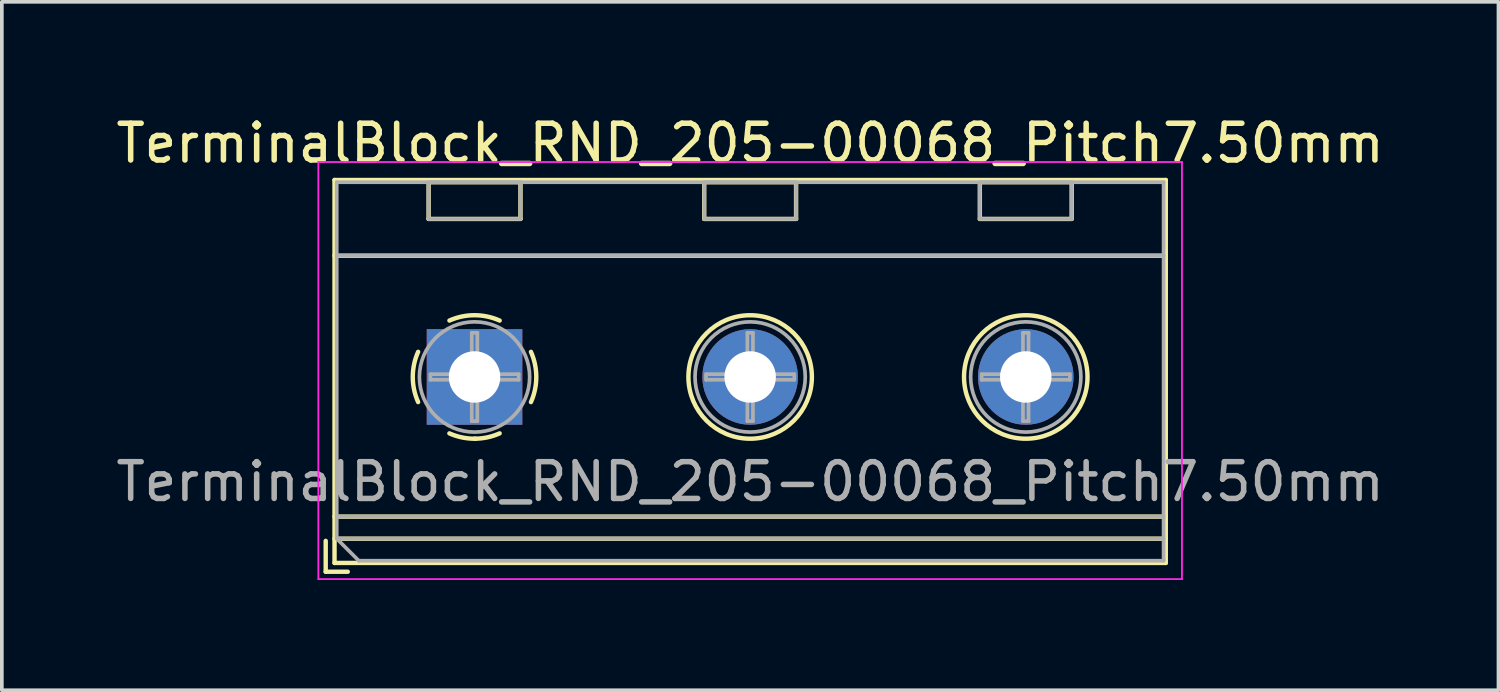
<source format=kicad_pcb>
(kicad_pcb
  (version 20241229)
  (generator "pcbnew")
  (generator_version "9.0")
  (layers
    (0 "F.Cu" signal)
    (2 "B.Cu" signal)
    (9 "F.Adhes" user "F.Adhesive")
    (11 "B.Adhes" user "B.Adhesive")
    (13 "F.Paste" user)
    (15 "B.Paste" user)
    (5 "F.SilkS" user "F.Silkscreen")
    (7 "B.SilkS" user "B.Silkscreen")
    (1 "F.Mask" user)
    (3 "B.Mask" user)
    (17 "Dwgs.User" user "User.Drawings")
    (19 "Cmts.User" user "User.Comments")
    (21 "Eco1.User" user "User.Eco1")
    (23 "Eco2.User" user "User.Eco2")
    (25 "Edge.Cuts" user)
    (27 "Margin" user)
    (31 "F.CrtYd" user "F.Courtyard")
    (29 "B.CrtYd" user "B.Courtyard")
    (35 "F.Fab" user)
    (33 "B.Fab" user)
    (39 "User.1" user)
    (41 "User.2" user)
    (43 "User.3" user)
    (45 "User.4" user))
  (footprint "TerminalBlock_RND_205-00068_Pitch7.50mm"
    (layer "F.Cu")
    (at 9.863 7.208)
    (property "Reference" "TerminalBlock_RND_205-00068_Pitch7.50mm" (at 7.5 -6.36 0) (layer "F.SilkS") (effects (font (size 1 1) (thickness 0.15))))
    (attr through_hole)
    (fp_line (start -4.05 4.46) (end -4.05 5.3) (stroke (width 0.12) (type solid)) (layer "F.SilkS"))
    (fp_line (start -4.05 5.3) (end -3.45 5.3) (stroke (width 0.12) (type solid)) (layer "F.SilkS"))
    (fp_line (start -3.81 -5.36) (end -3.81 5.06) (stroke (width 0.12) (type solid)) (layer "F.SilkS"))
    (fp_line (start -3.81 -3.3) (end 18.81 -3.3) (stroke (width 0.12) (type solid)) (layer "F.SilkS"))
    (fp_line (start -3.81 3.8) (end 18.81 3.8) (stroke (width 0.12) (type solid)) (layer "F.SilkS"))
    (fp_line (start -3.81 4.4) (end 18.81 4.4) (stroke (width 0.12) (type solid)) (layer "F.SilkS"))
    (fp_line (start -3.81 5.06) (end 18.81 5.06) (stroke (width 0.12) (type solid)) (layer "F.SilkS"))
    (fp_line (start -1.25 -5.301) (end -1.25 -4.301) (stroke (width 0.12) (type solid)) (layer "F.SilkS"))
    (fp_line (start -1.25 -5.301) (end 1.25 -5.301) (stroke (width 0.12) (type solid)) (layer "F.SilkS"))
    (fp_line (start -1.25 -4.301) (end 1.25 -4.301) (stroke (width 0.12) (type solid)) (layer "F.SilkS"))
    (fp_line (start 1.25 -5.301) (end 1.25 -4.301) (stroke (width 0.12) (type solid)) (layer "F.SilkS"))
    (fp_line (start 6.25 -5.301) (end 6.25 -4.301) (stroke (width 0.12) (type solid)) (layer "F.SilkS"))
    (fp_line (start 6.25 -5.301) (end 8.75 -5.301) (stroke (width 0.12) (type solid)) (layer "F.SilkS"))
    (fp_line (start 6.25 -4.301) (end 8.75 -4.301) (stroke (width 0.12) (type solid)) (layer "F.SilkS"))
    (fp_line (start 8.75 -5.301) (end 8.75 -4.301) (stroke (width 0.12) (type solid)) (layer "F.SilkS"))
    (fp_line (start 13.75 -5.301) (end 13.75 -4.301) (stroke (width 0.12) (type solid)) (layer "F.SilkS"))
    (fp_line (start 13.75 -5.301) (end 16.25 -5.301) (stroke (width 0.12) (type solid)) (layer "F.SilkS"))
    (fp_line (start 13.75 -4.301) (end 16.25 -4.301) (stroke (width 0.12) (type solid)) (layer "F.SilkS"))
    (fp_line (start 16.25 -5.301) (end 16.25 -4.301) (stroke (width 0.12) (type solid)) (layer "F.SilkS"))
    (fp_line (start 18.81 -5.36) (end -3.81 -5.36) (stroke (width 0.12) (type solid)) (layer "F.SilkS"))
    (fp_line (start 18.81 5.06) (end 18.81 -5.36) (stroke (width 0.12) (type solid)) (layer "F.SilkS"))
    (fp_arc (start -1.535427 0.683042) (mid -1.680501 -0.000524) (end -1.535 -0.684) (stroke (width 0.12) (type solid)) (layer "F.SilkS"))
    (fp_arc (start -0.683042 -1.535427) (mid 0.000524 -1.680501) (end 0.684 -1.535) (stroke (width 0.12) (type solid)) (layer "F.SilkS"))
    (fp_arc (start 0.028805 1.680253) (mid -0.335551 1.646659) (end -0.684 1.535) (stroke (width 0.12) (type solid)) (layer "F.SilkS"))
    (fp_arc (start 0.683318 1.534756) (mid 0.349292 1.643288) (end 0 1.68) (stroke (width 0.12) (type solid)) (layer "F.SilkS"))
    (fp_arc (start 1.535427 -0.683042) (mid 1.680501 0.000524) (end 1.535 0.684) (stroke (width 0.12) (type solid)) (layer "F.SilkS"))
    (fp_circle (center 7.5 0) (end 9.18 0) (stroke (width 0.12) (type solid)) (fill no) (layer "F.SilkS"))
    (fp_circle (center 15 0) (end 16.68 0) (stroke (width 0.12) (type solid)) (fill no) (layer "F.SilkS"))
    (fp_line (start -4.25 -5.85) (end -4.25 5.5) (stroke (width 0.05) (type solid)) (layer "F.CrtYd"))
    (fp_line (start -4.25 5.5) (end 19.25 5.5) (stroke (width 0.05) (type solid)) (layer "F.CrtYd"))
    (fp_line (start 19.25 -5.85) (end -4.25 -5.85) (stroke (width 0.05) (type solid)) (layer "F.CrtYd"))
    (fp_line (start 19.25 5.5) (end 19.25 -5.85) (stroke (width 0.05) (type solid)) (layer "F.CrtYd"))
    (fp_line (start -3.75 -5.3) (end 18.75 -5.3) (stroke (width 0.1) (type solid)) (layer "F.Fab"))
    (fp_line (start -3.75 -3.3) (end 18.75 -3.3) (stroke (width 0.1) (type solid)) (layer "F.Fab"))
    (fp_line (start -3.75 3.8) (end 18.75 3.8) (stroke (width 0.1) (type solid)) (layer "F.Fab"))
    (fp_line (start -3.75 4.4) (end -3.75 -5.3) (stroke (width 0.1) (type solid)) (layer "F.Fab"))
    (fp_line (start -3.75 4.4) (end 18.75 4.4) (stroke (width 0.1) (type solid)) (layer "F.Fab"))
    (fp_line (start -3.15 5) (end -3.75 4.4) (stroke (width 0.1) (type solid)) (layer "F.Fab"))
    (fp_line (start -1.25 -5.3) (end -1.25 -4.3) (stroke (width 0.1) (type solid)) (layer "F.Fab"))
    (fp_line (start -1.25 -4.3) (end 1.25 -4.3) (stroke (width 0.1) (type solid)) (layer "F.Fab"))
    (fp_line (start -1.201 -0.076) (end -0.076 -0.076) (stroke (width 0.1) (type solid)) (layer "F.Fab"))
    (fp_line (start -1.201 0.076) (end -1.201 -0.076) (stroke (width 0.1) (type solid)) (layer "F.Fab"))
    (fp_line (start -0.076 -1.201) (end 0.076 -1.201) (stroke (width 0.1) (type solid)) (layer "F.Fab"))
    (fp_line (start -0.076 -0.076) (end -0.076 -1.201) (stroke (width 0.1) (type solid)) (layer "F.Fab"))
    (fp_line (start -0.076 0.076) (end -1.201 0.076) (stroke (width 0.1) (type solid)) (layer "F.Fab"))
    (fp_line (start -0.076 1.201) (end -0.076 0.076) (stroke (width 0.1) (type solid)) (layer "F.Fab"))
    (fp_line (start 0.076 -1.201) (end 0.076 -0.076) (stroke (width 0.1) (type solid)) (layer "F.Fab"))
    (fp_line (start 0.076 -0.076) (end 1.201 -0.076) (stroke (width 0.1) (type solid)) (layer "F.Fab"))
    (fp_line (start 0.076 0.076) (end 0.076 1.201) (stroke (width 0.1) (type solid)) (layer "F.Fab"))
    (fp_line (start 0.076 1.201) (end -0.076 1.201) (stroke (width 0.1) (type solid)) (layer "F.Fab"))
    (fp_line (start 1.201 -0.076) (end 1.201 0.076) (stroke (width 0.1) (type solid)) (layer "F.Fab"))
    (fp_line (start 1.201 0.076) (end 0.076 0.076) (stroke (width 0.1) (type solid)) (layer "F.Fab"))
    (fp_line (start 1.25 -5.3) (end -1.25 -5.3) (stroke (width 0.1) (type solid)) (layer "F.Fab"))
    (fp_line (start 1.25 -4.3) (end 1.25 -5.3) (stroke (width 0.1) (type solid)) (layer "F.Fab"))
    (fp_line (start 6.25 -5.3) (end 6.25 -4.3) (stroke (width 0.1) (type solid)) (layer "F.Fab"))
    (fp_line (start 6.25 -4.3) (end 8.75 -4.3) (stroke (width 0.1) (type solid)) (layer "F.Fab"))
    (fp_line (start 6.299 -0.076) (end 7.424 -0.076) (stroke (width 0.1) (type solid)) (layer "F.Fab"))
    (fp_line (start 6.299 0.076) (end 6.299 -0.076) (stroke (width 0.1) (type solid)) (layer "F.Fab"))
    (fp_line (start 7.424 -1.201) (end 7.576 -1.201) (stroke (width 0.1) (type solid)) (layer "F.Fab"))
    (fp_line (start 7.424 -0.076) (end 7.424 -1.201) (stroke (width 0.1) (type solid)) (layer "F.Fab"))
    (fp_line (start 7.424 0.076) (end 6.299 0.076) (stroke (width 0.1) (type solid)) (layer "F.Fab"))
    (fp_line (start 7.424 1.201) (end 7.424 0.076) (stroke (width 0.1) (type solid)) (layer "F.Fab"))
    (fp_line (start 7.576 -1.201) (end 7.576 -0.076) (stroke (width 0.1) (type solid)) (layer "F.Fab"))
    (fp_line (start 7.576 -0.076) (end 8.701 -0.076) (stroke (width 0.1) (type solid)) (layer "F.Fab"))
    (fp_line (start 7.576 0.076) (end 7.576 1.201) (stroke (width 0.1) (type solid)) (layer "F.Fab"))
    (fp_line (start 7.576 1.201) (end 7.424 1.201) (stroke (width 0.1) (type solid)) (layer "F.Fab"))
    (fp_line (start 8.701 -0.076) (end 8.701 0.076) (stroke (width 0.1) (type solid)) (layer "F.Fab"))
    (fp_line (start 8.701 0.076) (end 7.576 0.076) (stroke (width 0.1) (type solid)) (layer "F.Fab"))
    (fp_line (start 8.75 -5.3) (end 6.25 -5.3) (stroke (width 0.1) (type solid)) (layer "F.Fab"))
    (fp_line (start 8.75 -4.3) (end 8.75 -5.3) (stroke (width 0.1) (type solid)) (layer "F.Fab"))
    (fp_line (start 13.75 -5.3) (end 13.75 -4.3) (stroke (width 0.1) (type solid)) (layer "F.Fab"))
    (fp_line (start 13.75 -4.3) (end 16.25 -4.3) (stroke (width 0.1) (type solid)) (layer "F.Fab"))
    (fp_line (start 13.799 -0.076) (end 14.924 -0.076) (stroke (width 0.1) (type solid)) (layer "F.Fab"))
    (fp_line (start 13.799 0.076) (end 13.799 -0.076) (stroke (width 0.1) (type solid)) (layer "F.Fab"))
    (fp_line (start 14.924 -1.201) (end 15.076 -1.201) (stroke (width 0.1) (type solid)) (layer "F.Fab"))
    (fp_line (start 14.924 -0.076) (end 14.924 -1.201) (stroke (width 0.1) (type solid)) (layer "F.Fab"))
    (fp_line (start 14.924 0.076) (end 13.799 0.076) (stroke (width 0.1) (type solid)) (layer "F.Fab"))
    (fp_line (start 14.924 1.201) (end 14.924 0.076) (stroke (width 0.1) (type solid)) (layer "F.Fab"))
    (fp_line (start 15.076 -1.201) (end 15.076 -0.076) (stroke (width 0.1) (type solid)) (layer "F.Fab"))
    (fp_line (start 15.076 -0.076) (end 16.201 -0.076) (stroke (width 0.1) (type solid)) (layer "F.Fab"))
    (fp_line (start 15.076 0.076) (end 15.076 1.201) (stroke (width 0.1) (type solid)) (layer "F.Fab"))
    (fp_line (start 15.076 1.201) (end 14.924 1.201) (stroke (width 0.1) (type solid)) (layer "F.Fab"))
    (fp_line (start 16.201 -0.076) (end 16.201 0.076) (stroke (width 0.1) (type solid)) (layer "F.Fab"))
    (fp_line (start 16.201 0.076) (end 15.076 0.076) (stroke (width 0.1) (type solid)) (layer "F.Fab"))
    (fp_line (start 16.25 -5.3) (end 13.75 -5.3) (stroke (width 0.1) (type solid)) (layer "F.Fab"))
    (fp_line (start 16.25 -4.3) (end 16.25 -5.3) (stroke (width 0.1) (type solid)) (layer "F.Fab"))
    (fp_line (start 18.75 -5.3) (end 18.75 5) (stroke (width 0.1) (type solid)) (layer "F.Fab"))
    (fp_line (start 18.75 5) (end -3.15 5) (stroke (width 0.1) (type solid)) (layer "F.Fab"))
    (fp_circle (center 0 0) (end 1.5 0) (stroke (width 0.1) (type solid)) (fill no) (layer "F.Fab"))
    (fp_circle (center 7.5 0) (end 9 0) (stroke (width 0.1) (type solid)) (fill no) (layer "F.Fab"))
    (fp_circle (center 15 0) (end 16.5 0) (stroke (width 0.1) (type solid)) (fill no) (layer "F.Fab"))
    (fp_text user "${REFERENCE}" (at 7.5 2.85 0) (layer "F.Fab") (effects (font (size 1 1) (thickness 0.15))))
    (pad "1" thru_hole rect (at 0 0) (size 2.6 2.6) (drill 1.4) (layers "*.Cu" "*.Mask"))
    (pad "2" thru_hole oval (at 7.5 0) (size 2.6 2.6) (drill 1.4) (layers "*.Cu" "*.Mask"))
    (pad "3" thru_hole oval (at 15 0) (size 2.6 2.6) (drill 1.4) (layers "*.Cu" "*.Mask")))
  (gr_rect
    (start -3 -3)
    (end 37.726 15.733)
    (stroke (width 0.1) (type default))
    (fill no)
    (layer "Edge.Cuts")))
</source>
